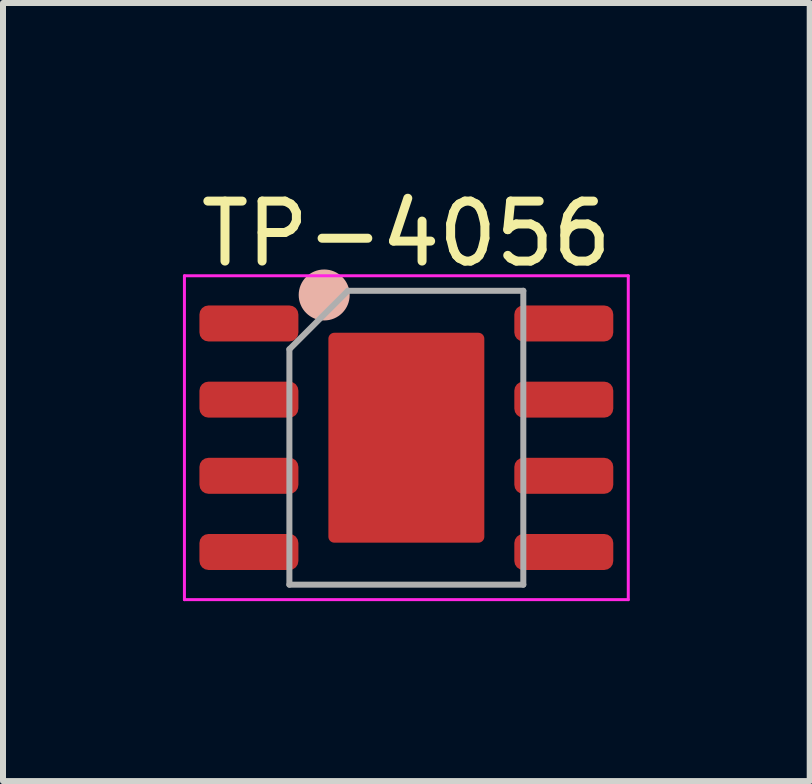
<source format=kicad_pcb>
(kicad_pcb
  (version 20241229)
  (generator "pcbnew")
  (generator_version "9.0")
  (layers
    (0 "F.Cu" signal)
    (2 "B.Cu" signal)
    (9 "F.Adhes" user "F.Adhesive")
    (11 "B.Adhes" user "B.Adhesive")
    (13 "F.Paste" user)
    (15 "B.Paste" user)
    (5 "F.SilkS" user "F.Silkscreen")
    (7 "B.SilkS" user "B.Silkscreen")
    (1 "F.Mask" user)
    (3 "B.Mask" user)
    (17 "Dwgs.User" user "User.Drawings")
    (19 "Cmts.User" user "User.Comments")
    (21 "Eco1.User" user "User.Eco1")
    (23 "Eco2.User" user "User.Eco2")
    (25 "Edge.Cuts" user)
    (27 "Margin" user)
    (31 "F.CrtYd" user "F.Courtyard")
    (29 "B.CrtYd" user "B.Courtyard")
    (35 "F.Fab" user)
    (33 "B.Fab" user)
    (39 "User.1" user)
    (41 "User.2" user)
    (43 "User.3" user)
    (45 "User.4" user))
  (footprint "TP-4056"
    (layer "F.Cu")
    (at 3.725 4.248)
    (property "Reference" "TP-4056" (at 0 -3.4 0) (layer "F.SilkS") (effects (font (size 1 1) (thickness 0.15))))
    (attr smd)
    (fp_rect (start -1.2 -1.65) (end 1.2 1.65) (stroke (width 0.2) (type solid)) (fill yes) (layer "F.Cu"))
    (fp_circle (center -1.37 -2.38) (end -0.995 -2.38) (stroke (width 0.1) (type solid)) (fill yes) (layer "B.SilkS"))
    (fp_line (start -3.7 -2.7) (end -3.7 2.7) (stroke (width 0.05) (type solid)) (layer "F.CrtYd"))
    (fp_line (start -3.7 2.7) (end 3.7 2.7) (stroke (width 0.05) (type solid)) (layer "F.CrtYd"))
    (fp_line (start 3.7 -2.7) (end -3.7 -2.7) (stroke (width 0.05) (type solid)) (layer "F.CrtYd"))
    (fp_line (start 3.7 2.7) (end 3.7 -2.7) (stroke (width 0.05) (type solid)) (layer "F.CrtYd"))
    (fp_line (start -1.95 -1.475) (end -0.975 -2.45) (stroke (width 0.1) (type solid)) (layer "F.Fab"))
    (fp_line (start -1.95 2.45) (end -1.95 -1.475) (stroke (width 0.1) (type solid)) (layer "F.Fab"))
    (fp_line (start -0.975 -2.45) (end 1.95 -2.45) (stroke (width 0.1) (type solid)) (layer "F.Fab"))
    (fp_line (start 1.95 -2.45) (end 1.95 2.45) (stroke (width 0.1) (type solid)) (layer "F.Fab"))
    (fp_line (start 1.95 2.45) (end -1.95 2.45) (stroke (width 0.1) (type solid)) (layer "F.Fab"))
    (pad "1" smd roundrect (at -2.625 -1.905) (size 1.65 0.6) (layers "F.Cu" "F.Mask" "F.Paste") (roundrect_rratio 0.25))
    (pad "2" smd roundrect (at -2.625 -0.635) (size 1.65 0.6) (layers "F.Cu" "F.Mask" "F.Paste") (roundrect_rratio 0.25))
    (pad "3" smd roundrect (at -2.625 0.635) (size 1.65 0.6) (layers "F.Cu" "F.Mask" "F.Paste") (roundrect_rratio 0.25))
    (pad "4" smd roundrect (at -2.625 1.905) (size 1.65 0.6) (layers "F.Cu" "F.Mask" "F.Paste") (roundrect_rratio 0.25))
    (pad "5" smd roundrect (at 2.625 1.905) (size 1.65 0.6) (layers "F.Cu" "F.Mask" "F.Paste") (roundrect_rratio 0.25))
    (pad "6" smd roundrect (at 2.625 0.635) (size 1.65 0.6) (layers "F.Cu" "F.Mask" "F.Paste") (roundrect_rratio 0.25))
    (pad "7" smd roundrect (at 2.625 -0.635) (size 1.65 0.6) (layers "F.Cu" "F.Mask" "F.Paste") (roundrect_rratio 0.25))
    (pad "8" smd roundrect (at 2.625 -1.905) (size 1.65 0.6) (layers "F.Cu" "F.Mask" "F.Paste") (roundrect_rratio 0.25)))
  (gr_rect
    (start -3 -3)
    (end 10.45 9.973)
    (stroke (width 0.1) (type default))
    (fill no)
    (layer "Edge.Cuts")))
</source>
